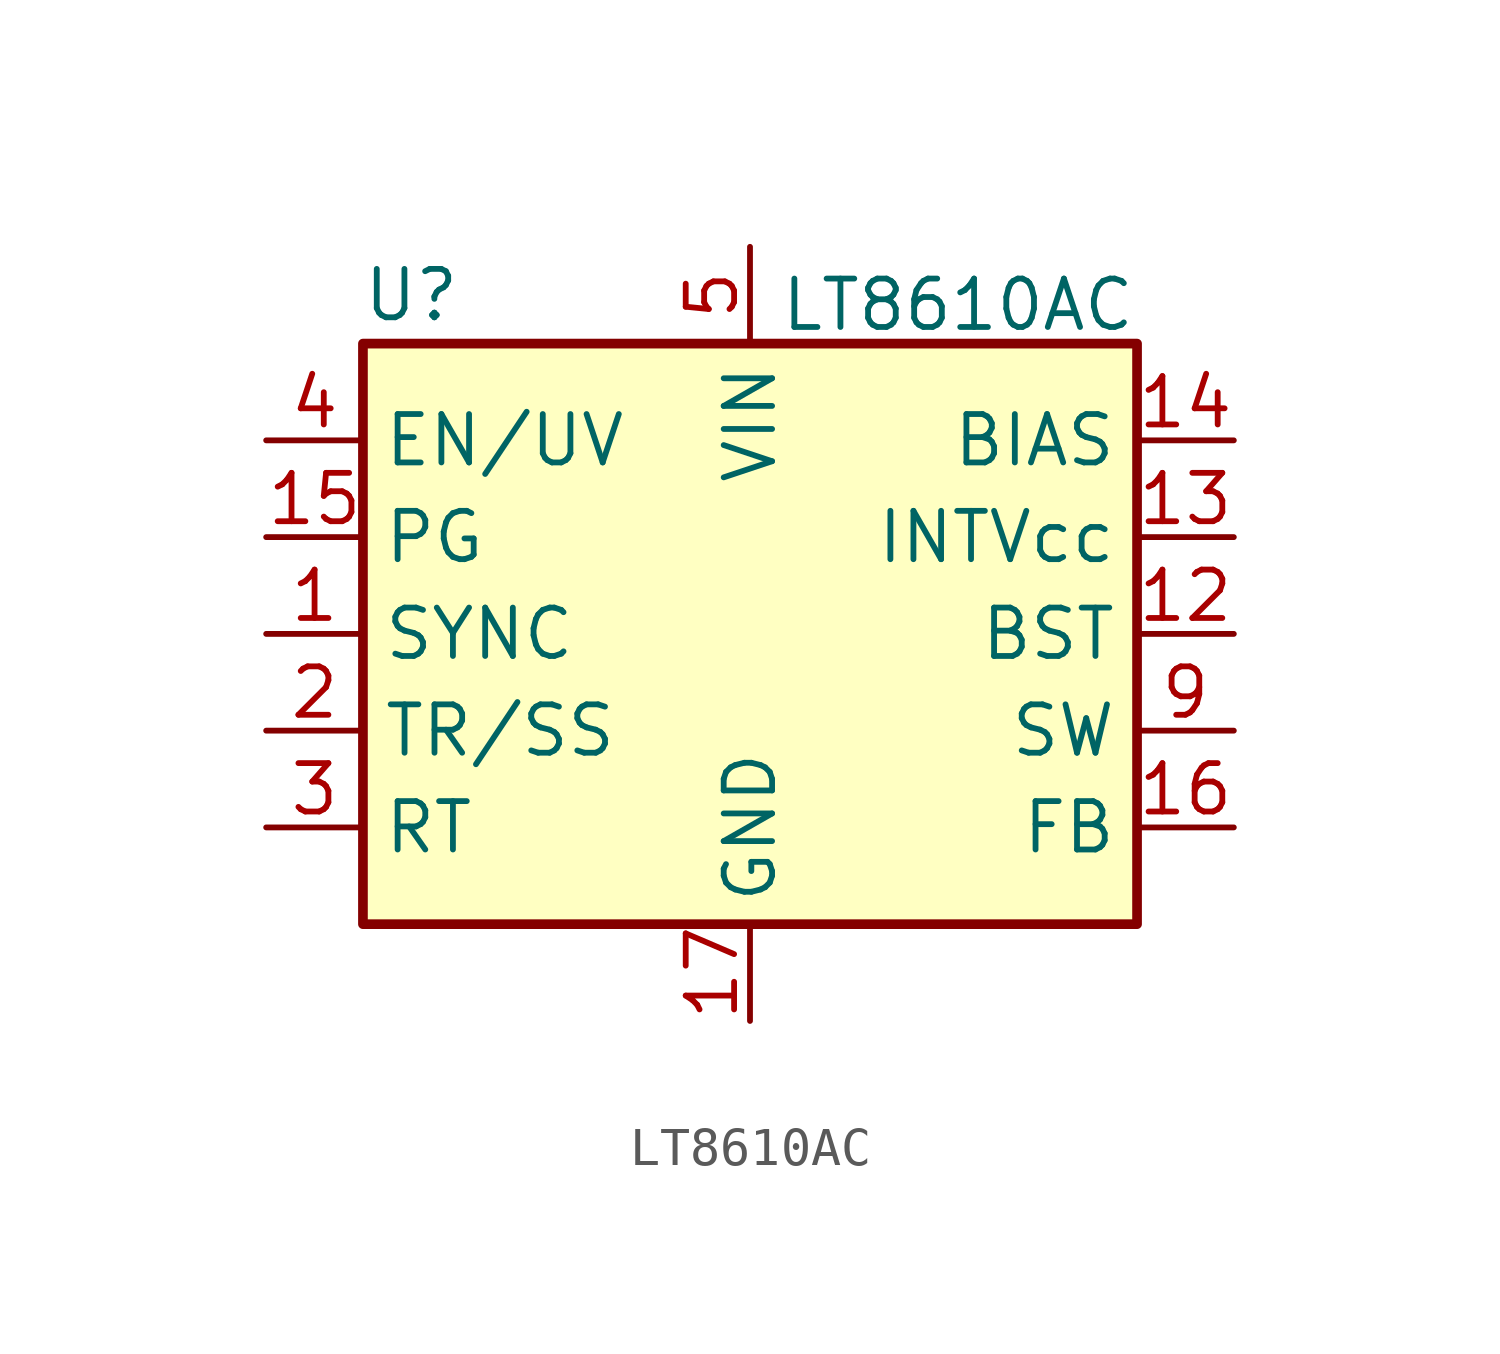
<source format=kicad_sym>
(kicad_symbol_lib
  (version 20220914)
  (generator kicad_symbol_editor)
  (symbol "LT8610AC"
    (property "Reference" "U"
      (at -8.89 8.89 0)
      (effects (font (size 1.27 1.27))))
    (property "Value" "LT8610AC"
      (at 0.762 8.636 0)
      (effects (font (size 1.27 1.27)) (justify left)))
    (symbol "LT8610AC_0_1"
      (rectangle (start -10.16 7.62) (end 10.16 -7.62) (stroke (width 0.254) (type default)) (fill (type background))))
    (symbol "LT8610AC_1_1"
      (pin input line (at -12.7 0 0) (length 2.54) (name "SYNC" (effects (font (size 1.27 1.27)))) (number "1" (effects (font (size 1.27 1.27)))))
      (pin passive line (at 12.7 -2.54 180) (length 2.54) hide (name "SW" (effects (font (size 1.27 1.27)))) (number "10" (effects (font (size 1.27 1.27)))))
      (pin passive line (at 12.7 -2.54 180) (length 2.54) hide (name "SW" (effects (font (size 1.27 1.27)))) (number "11" (effects (font (size 1.27 1.27)))))
      (pin input line (at 12.7 0 180) (length 2.54) (name "BST" (effects (font (size 1.27 1.27)))) (number "12" (effects (font (size 1.27 1.27)))))
      (pin passive line (at 12.7 2.54 180) (length 2.54) (name "INTVcc" (effects (font (size 1.27 1.27)))) (number "13" (effects (font (size 1.27 1.27)))))
      (pin input line (at 12.7 5.08 180) (length 2.54) (name "BIAS" (effects (font (size 1.27 1.27)))) (number "14" (effects (font (size 1.27 1.27)))))
      (pin open_collector line (at -12.7 2.54 0) (length 2.54) (name "PG" (effects (font (size 1.27 1.27)))) (number "15" (effects (font (size 1.27 1.27)))))
      (pin input line (at 12.7 -5.08 180) (length 2.54) (name "FB" (effects (font (size 1.27 1.27)))) (number "16" (effects (font (size 1.27 1.27)))))
      (pin power_in line (at 0 -10.16 90) (length 2.54) (name "GND" (effects (font (size 1.27 1.27)))) (number "17" (effects (font (size 1.27 1.27)))))
      (pin input line (at -12.7 -2.54 0) (length 2.54) (name "TR/SS" (effects (font (size 1.27 1.27)))) (number "2" (effects (font (size 1.27 1.27)))))
      (pin passive line (at -12.7 -5.08 0) (length 2.54) (name "RT" (effects (font (size 1.27 1.27)))) (number "3" (effects (font (size 1.27 1.27)))))
      (pin input line (at -12.7 5.08 0) (length 2.54) (name "EN/UV" (effects (font (size 1.27 1.27)))) (number "4" (effects (font (size 1.27 1.27)))))
      (pin power_in line (at 0 10.16 270) (length 2.54) (name "VIN" (effects (font (size 1.27 1.27)))) (number "5" (effects (font (size 1.27 1.27)))))
      (pin passive line (at 0 10.16 270) (length 2.54) hide (name "VIN" (effects (font (size 1.27 1.27)))) (number "6" (effects (font (size 1.27 1.27)))))
      (pin no_connect line (at 2.54 -7.62 90) (length 2.54) hide (name "NC" (effects (font (size 1.27 1.27)))) (number "7" (effects (font (size 1.27 1.27)))))
      (pin passive line (at 0 -10.16 90) (length 2.54) hide (name "GND" (effects (font (size 1.27 1.27)))) (number "8" (effects (font (size 1.27 1.27)))))
      (pin output line (at 12.7 -2.54 180) (length 2.54) (name "SW" (effects (font (size 1.27 1.27)))) (number "9" (effects (font (size 1.27 1.27))))))))
</source>
